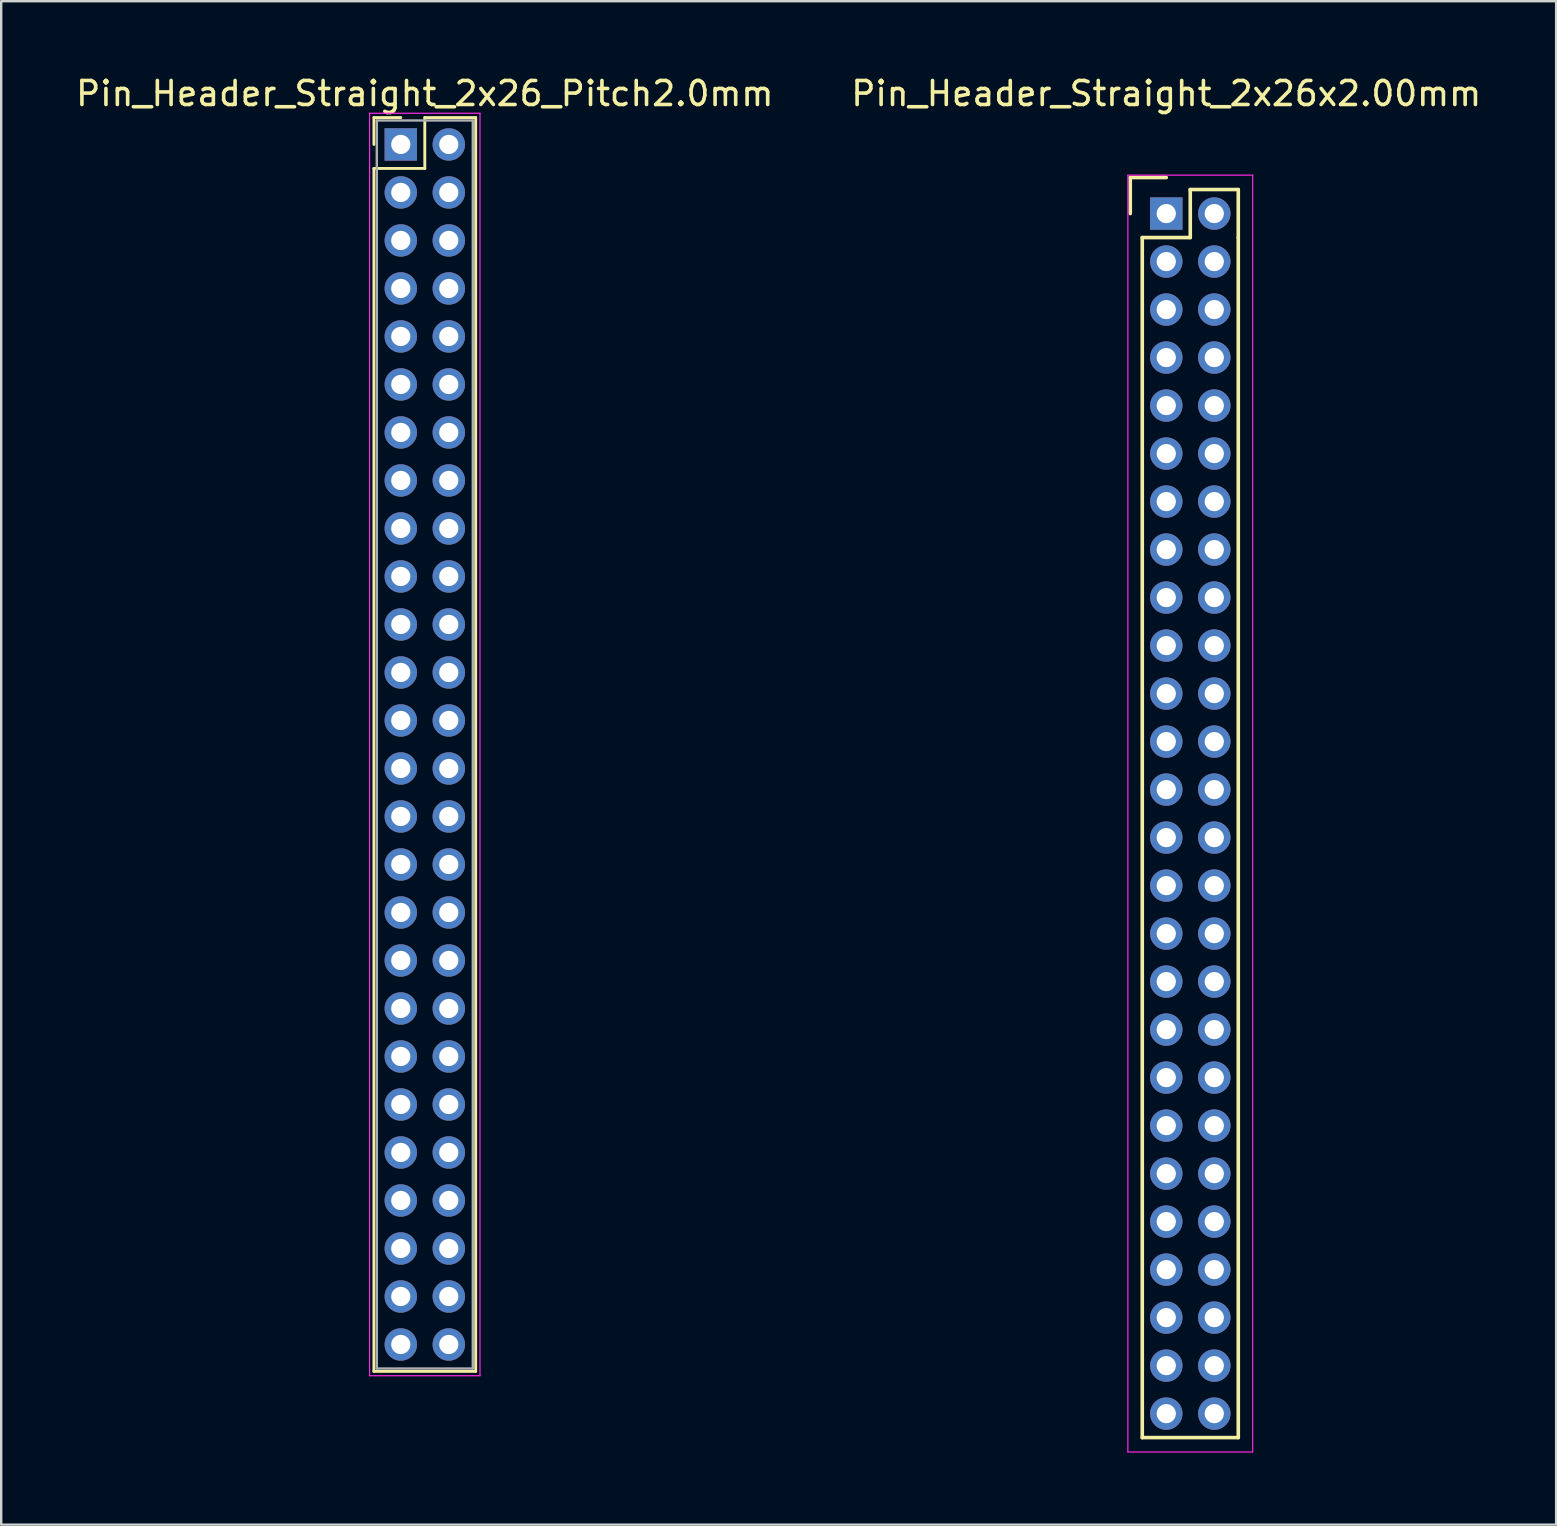
<source format=kicad_pcb>
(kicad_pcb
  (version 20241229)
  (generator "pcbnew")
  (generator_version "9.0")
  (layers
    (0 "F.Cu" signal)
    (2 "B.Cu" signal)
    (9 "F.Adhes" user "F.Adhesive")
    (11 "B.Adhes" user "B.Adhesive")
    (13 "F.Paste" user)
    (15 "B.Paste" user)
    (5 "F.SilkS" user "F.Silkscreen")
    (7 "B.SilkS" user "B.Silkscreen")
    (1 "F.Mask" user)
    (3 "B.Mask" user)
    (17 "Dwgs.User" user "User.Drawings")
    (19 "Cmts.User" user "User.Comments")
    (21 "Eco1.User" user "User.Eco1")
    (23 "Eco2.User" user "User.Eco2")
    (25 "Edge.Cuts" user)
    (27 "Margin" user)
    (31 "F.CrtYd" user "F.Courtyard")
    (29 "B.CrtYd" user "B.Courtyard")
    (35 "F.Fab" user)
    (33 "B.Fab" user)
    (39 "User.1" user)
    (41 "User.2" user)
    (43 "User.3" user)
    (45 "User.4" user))
  (footprint "Pin_Header_Straight_2x26x2.00mm"
    (layer "F.Cu")
    (at 45.542 5.848)
    (property "Reference" "Pin_Header_Straight_2x26x2.00mm" (at 0 -5 0) (layer "F.SilkS") (effects (font (size 1 1) (thickness 0.15))))
    (attr through_hole)
    (fp_line (start -1.5 -1.5) (end 0 -1.5) (stroke (width 0.15) (type solid)) (layer "F.SilkS"))
    (fp_line (start -1.5 0) (end -1.5 -1.5) (stroke (width 0.15) (type solid)) (layer "F.SilkS"))
    (fp_line (start -1 1) (end 1 1) (stroke (width 0.15) (type solid)) (layer "F.SilkS"))
    (fp_line (start -1 51) (end -1 1) (stroke (width 0.15) (type solid)) (layer "F.SilkS"))
    (fp_line (start 1 -1) (end 3 -1) (stroke (width 0.15) (type solid)) (layer "F.SilkS"))
    (fp_line (start 1 1) (end 1 -1) (stroke (width 0.15) (type solid)) (layer "F.SilkS"))
    (fp_line (start 3 -1) (end 3 1) (stroke (width 0.15) (type solid)) (layer "F.SilkS"))
    (fp_line (start 3 1) (end 3 51) (stroke (width 0.15) (type solid)) (layer "F.SilkS"))
    (fp_line (start 3 51) (end -1 51) (stroke (width 0.15) (type solid)) (layer "F.SilkS"))
    (fp_line (start -1.6 -1.6) (end 3.6 -1.6) (stroke (width 0.05) (type solid)) (layer "F.CrtYd"))
    (fp_line (start -1.6 51.6) (end -1.6 -1.6) (stroke (width 0.05) (type solid)) (layer "F.CrtYd"))
    (fp_line (start 3.6 -1.6) (end 3.6 51.6) (stroke (width 0.05) (type solid)) (layer "F.CrtYd"))
    (fp_line (start 3.6 51.6) (end -1.6 51.6) (stroke (width 0.05) (type solid)) (layer "F.CrtYd"))
    (pad "1" thru_hole rect (at 0 0) (size 1.35 1.35) (drill 0.8) (layers "*.Cu" "*.Mask"))
    (pad "2" thru_hole circle (at 2 0) (size 1.35 1.35) (drill 0.8) (layers "*.Cu" "*.Mask"))
    (pad "3" thru_hole circle (at 0 2) (size 1.35 1.35) (drill 0.8) (layers "*.Cu" "*.Mask"))
    (pad "4" thru_hole circle (at 2 2) (size 1.35 1.35) (drill 0.8) (layers "*.Cu" "*.Mask"))
    (pad "5" thru_hole circle (at 0 4) (size 1.35 1.35) (drill 0.8) (layers "*.Cu" "*.Mask"))
    (pad "6" thru_hole circle (at 2 4) (size 1.35 1.35) (drill 0.8) (layers "*.Cu" "*.Mask"))
    (pad "7" thru_hole circle (at 0 6) (size 1.35 1.35) (drill 0.8) (layers "*.Cu" "*.Mask"))
    (pad "8" thru_hole circle (at 2 6) (size 1.35 1.35) (drill 0.8) (layers "*.Cu" "*.Mask"))
    (pad "9" thru_hole circle (at 0 8) (size 1.35 1.35) (drill 0.8) (layers "*.Cu" "*.Mask"))
    (pad "10" thru_hole circle (at 2 8) (size 1.35 1.35) (drill 0.8) (layers "*.Cu" "*.Mask"))
    (pad "11" thru_hole circle (at 0 10) (size 1.35 1.35) (drill 0.8) (layers "*.Cu" "*.Mask"))
    (pad "12" thru_hole circle (at 2 10) (size 1.35 1.35) (drill 0.8) (layers "*.Cu" "*.Mask"))
    (pad "13" thru_hole circle (at 0 12) (size 1.35 1.35) (drill 0.8) (layers "*.Cu" "*.Mask"))
    (pad "14" thru_hole circle (at 2 12) (size 1.35 1.35) (drill 0.8) (layers "*.Cu" "*.Mask"))
    (pad "15" thru_hole circle (at 0 14) (size 1.35 1.35) (drill 0.8) (layers "*.Cu" "*.Mask"))
    (pad "16" thru_hole circle (at 2 14) (size 1.35 1.35) (drill 0.8) (layers "*.Cu" "*.Mask"))
    (pad "17" thru_hole circle (at 0 16) (size 1.35 1.35) (drill 0.8) (layers "*.Cu" "*.Mask"))
    (pad "18" thru_hole circle (at 2 16) (size 1.35 1.35) (drill 0.8) (layers "*.Cu" "*.Mask"))
    (pad "19" thru_hole circle (at 0 18) (size 1.35 1.35) (drill 0.8) (layers "*.Cu" "*.Mask"))
    (pad "20" thru_hole circle (at 2 18) (size 1.35 1.35) (drill 0.8) (layers "*.Cu" "*.Mask"))
    (pad "21" thru_hole circle (at 0 20) (size 1.35 1.35) (drill 0.8) (layers "*.Cu" "*.Mask"))
    (pad "22" thru_hole circle (at 2 20) (size 1.35 1.35) (drill 0.8) (layers "*.Cu" "*.Mask"))
    (pad "23" thru_hole circle (at 0 22) (size 1.35 1.35) (drill 0.8) (layers "*.Cu" "*.Mask"))
    (pad "24" thru_hole circle (at 2 22) (size 1.35 1.35) (drill 0.8) (layers "*.Cu" "*.Mask"))
    (pad "25" thru_hole circle (at 0 24) (size 1.35 1.35) (drill 0.8) (layers "*.Cu" "*.Mask"))
    (pad "26" thru_hole circle (at 2 24) (size 1.35 1.35) (drill 0.8) (layers "*.Cu" "*.Mask"))
    (pad "27" thru_hole circle (at 0 26) (size 1.35 1.35) (drill 0.8) (layers "*.Cu" "*.Mask"))
    (pad "28" thru_hole circle (at 2 26) (size 1.35 1.35) (drill 0.8) (layers "*.Cu" "*.Mask"))
    (pad "29" thru_hole circle (at 0 28) (size 1.35 1.35) (drill 0.8) (layers "*.Cu" "*.Mask"))
    (pad "30" thru_hole circle (at 2 28) (size 1.35 1.35) (drill 0.8) (layers "*.Cu" "*.Mask"))
    (pad "31" thru_hole circle (at 0 30) (size 1.35 1.35) (drill 0.8) (layers "*.Cu" "*.Mask"))
    (pad "32" thru_hole circle (at 2 30) (size 1.35 1.35) (drill 0.8) (layers "*.Cu" "*.Mask"))
    (pad "33" thru_hole circle (at 0 32) (size 1.35 1.35) (drill 0.8) (layers "*.Cu" "*.Mask"))
    (pad "34" thru_hole circle (at 2 32) (size 1.35 1.35) (drill 0.8) (layers "*.Cu" "*.Mask"))
    (pad "35" thru_hole circle (at 0 34) (size 1.35 1.35) (drill 0.8) (layers "*.Cu" "*.Mask"))
    (pad "36" thru_hole circle (at 2 34) (size 1.35 1.35) (drill 0.8) (layers "*.Cu" "*.Mask"))
    (pad "37" thru_hole circle (at 0 36) (size 1.35 1.35) (drill 0.8) (layers "*.Cu" "*.Mask"))
    (pad "38" thru_hole circle (at 2 36) (size 1.35 1.35) (drill 0.8) (layers "*.Cu" "*.Mask"))
    (pad "39" thru_hole circle (at 0 38) (size 1.35 1.35) (drill 0.8) (layers "*.Cu" "*.Mask"))
    (pad "40" thru_hole circle (at 2 38) (size 1.35 1.35) (drill 0.8) (layers "*.Cu" "*.Mask"))
    (pad "41" thru_hole circle (at 0 40) (size 1.35 1.35) (drill 0.8) (layers "*.Cu" "*.Mask"))
    (pad "42" thru_hole circle (at 2 40) (size 1.35 1.35) (drill 0.8) (layers "*.Cu" "*.Mask"))
    (pad "43" thru_hole circle (at 0 42) (size 1.35 1.35) (drill 0.8) (layers "*.Cu" "*.Mask"))
    (pad "44" thru_hole circle (at 2 42) (size 1.35 1.35) (drill 0.8) (layers "*.Cu" "*.Mask"))
    (pad "45" thru_hole circle (at 0 44) (size 1.35 1.35) (drill 0.8) (layers "*.Cu" "*.Mask"))
    (pad "46" thru_hole circle (at 2 44) (size 1.35 1.35) (drill 0.8) (layers "*.Cu" "*.Mask"))
    (pad "47" thru_hole circle (at 0 46) (size 1.35 1.35) (drill 0.8) (layers "*.Cu" "*.Mask"))
    (pad "48" thru_hole circle (at 2 46) (size 1.35 1.35) (drill 0.8) (layers "*.Cu" "*.Mask"))
    (pad "49" thru_hole circle (at 0 48) (size 1.35 1.35) (drill 0.8) (layers "*.Cu" "*.Mask"))
    (pad "50" thru_hole circle (at 2 48) (size 1.35 1.35) (drill 0.8) (layers "*.Cu" "*.Mask"))
    (pad "51" thru_hole circle (at 0 50) (size 1.35 1.35) (drill 0.8) (layers "*.Cu" "*.Mask"))
    (pad "52" thru_hole circle (at 2 50) (size 1.35 1.35) (drill 0.8) (layers "*.Cu" "*.Mask")))
  (footprint "Pin_Header_Straight_2x26_Pitch2.0mm"
    (layer "F.Cu")
    (at 13.649 2.968)
    (property "Reference" "Pin_Header_Straight_2x26_Pitch2.0mm" (at 1 -2.12 0) (layer "F.SilkS") (effects (font (size 1 1) (thickness 0.15))))
    (attr through_hole)
    (fp_line (start -1.12 -1.12) (end 0 -1.12) (stroke (width 0.12) (type solid)) (layer "F.SilkS"))
    (fp_line (start -1.12 0) (end -1.12 -1.12) (stroke (width 0.12) (type solid)) (layer "F.SilkS"))
    (fp_line (start -1.12 1) (end -1.12 51.12) (stroke (width 0.12) (type solid)) (layer "F.SilkS"))
    (fp_line (start -1.12 51.12) (end 3.12 51.12) (stroke (width 0.12) (type solid)) (layer "F.SilkS"))
    (fp_line (start 1 -1.12) (end 1 1) (stroke (width 0.12) (type solid)) (layer "F.SilkS"))
    (fp_line (start 1 1) (end -1.12 1) (stroke (width 0.12) (type solid)) (layer "F.SilkS"))
    (fp_line (start 3.12 -1.12) (end 1 -1.12) (stroke (width 0.12) (type solid)) (layer "F.SilkS"))
    (fp_line (start 3.12 51.12) (end 3.12 -1.12) (stroke (width 0.12) (type solid)) (layer "F.SilkS"))
    (fp_line (start -1.3 -1.3) (end -1.3 51.3) (stroke (width 0.05) (type solid)) (layer "F.CrtYd"))
    (fp_line (start -1.3 51.3) (end 3.3 51.3) (stroke (width 0.05) (type solid)) (layer "F.CrtYd"))
    (fp_line (start 3.3 -1.3) (end -1.3 -1.3) (stroke (width 0.05) (type solid)) (layer "F.CrtYd"))
    (fp_line (start 3.3 51.3) (end 3.3 -1.3) (stroke (width 0.05) (type solid)) (layer "F.CrtYd"))
    (fp_line (start -1 -1) (end -1 51) (stroke (width 0.1) (type solid)) (layer "F.Fab"))
    (fp_line (start -1 51) (end 3 51) (stroke (width 0.1) (type solid)) (layer "F.Fab"))
    (fp_line (start 3 -1) (end -1 -1) (stroke (width 0.1) (type solid)) (layer "F.Fab"))
    (fp_line (start 3 51) (end 3 -1) (stroke (width 0.1) (type solid)) (layer "F.Fab"))
    (pad "1" thru_hole rect (at 0 0) (size 1.35 1.35) (drill 0.8) (layers "*.Cu" "*.Mask"))
    (pad "2" thru_hole oval (at 2 0) (size 1.35 1.35) (drill 0.8) (layers "*.Cu" "*.Mask"))
    (pad "3" thru_hole oval (at 0 2) (size 1.35 1.35) (drill 0.8) (layers "*.Cu" "*.Mask"))
    (pad "4" thru_hole oval (at 2 2) (size 1.35 1.35) (drill 0.8) (layers "*.Cu" "*.Mask"))
    (pad "5" thru_hole oval (at 0 4) (size 1.35 1.35) (drill 0.8) (layers "*.Cu" "*.Mask"))
    (pad "6" thru_hole oval (at 2 4) (size 1.35 1.35) (drill 0.8) (layers "*.Cu" "*.Mask"))
    (pad "7" thru_hole oval (at 0 6) (size 1.35 1.35) (drill 0.8) (layers "*.Cu" "*.Mask"))
    (pad "8" thru_hole oval (at 2 6) (size 1.35 1.35) (drill 0.8) (layers "*.Cu" "*.Mask"))
    (pad "9" thru_hole oval (at 0 8) (size 1.35 1.35) (drill 0.8) (layers "*.Cu" "*.Mask"))
    (pad "10" thru_hole oval (at 2 8) (size 1.35 1.35) (drill 0.8) (layers "*.Cu" "*.Mask"))
    (pad "11" thru_hole oval (at 0 10) (size 1.35 1.35) (drill 0.8) (layers "*.Cu" "*.Mask"))
    (pad "12" thru_hole oval (at 2 10) (size 1.35 1.35) (drill 0.8) (layers "*.Cu" "*.Mask"))
    (pad "13" thru_hole oval (at 0 12) (size 1.35 1.35) (drill 0.8) (layers "*.Cu" "*.Mask"))
    (pad "14" thru_hole oval (at 2 12) (size 1.35 1.35) (drill 0.8) (layers "*.Cu" "*.Mask"))
    (pad "15" thru_hole oval (at 0 14) (size 1.35 1.35) (drill 0.8) (layers "*.Cu" "*.Mask"))
    (pad "16" thru_hole oval (at 2 14) (size 1.35 1.35) (drill 0.8) (layers "*.Cu" "*.Mask"))
    (pad "17" thru_hole oval (at 0 16) (size 1.35 1.35) (drill 0.8) (layers "*.Cu" "*.Mask"))
    (pad "18" thru_hole oval (at 2 16) (size 1.35 1.35) (drill 0.8) (layers "*.Cu" "*.Mask"))
    (pad "19" thru_hole oval (at 0 18) (size 1.35 1.35) (drill 0.8) (layers "*.Cu" "*.Mask"))
    (pad "20" thru_hole oval (at 2 18) (size 1.35 1.35) (drill 0.8) (layers "*.Cu" "*.Mask"))
    (pad "21" thru_hole oval (at 0 20) (size 1.35 1.35) (drill 0.8) (layers "*.Cu" "*.Mask"))
    (pad "22" thru_hole oval (at 2 20) (size 1.35 1.35) (drill 0.8) (layers "*.Cu" "*.Mask"))
    (pad "23" thru_hole oval (at 0 22) (size 1.35 1.35) (drill 0.8) (layers "*.Cu" "*.Mask"))
    (pad "24" thru_hole oval (at 2 22) (size 1.35 1.35) (drill 0.8) (layers "*.Cu" "*.Mask"))
    (pad "25" thru_hole oval (at 0 24) (size 1.35 1.35) (drill 0.8) (layers "*.Cu" "*.Mask"))
    (pad "26" thru_hole oval (at 2 24) (size 1.35 1.35) (drill 0.8) (layers "*.Cu" "*.Mask"))
    (pad "27" thru_hole oval (at 0 26) (size 1.35 1.35) (drill 0.8) (layers "*.Cu" "*.Mask"))
    (pad "28" thru_hole oval (at 2 26) (size 1.35 1.35) (drill 0.8) (layers "*.Cu" "*.Mask"))
    (pad "29" thru_hole oval (at 0 28) (size 1.35 1.35) (drill 0.8) (layers "*.Cu" "*.Mask"))
    (pad "30" thru_hole oval (at 2 28) (size 1.35 1.35) (drill 0.8) (layers "*.Cu" "*.Mask"))
    (pad "31" thru_hole oval (at 0 30) (size 1.35 1.35) (drill 0.8) (layers "*.Cu" "*.Mask"))
    (pad "32" thru_hole oval (at 2 30) (size 1.35 1.35) (drill 0.8) (layers "*.Cu" "*.Mask"))
    (pad "33" thru_hole oval (at 0 32) (size 1.35 1.35) (drill 0.8) (layers "*.Cu" "*.Mask"))
    (pad "34" thru_hole oval (at 2 32) (size 1.35 1.35) (drill 0.8) (layers "*.Cu" "*.Mask"))
    (pad "35" thru_hole oval (at 0 34) (size 1.35 1.35) (drill 0.8) (layers "*.Cu" "*.Mask"))
    (pad "36" thru_hole oval (at 2 34) (size 1.35 1.35) (drill 0.8) (layers "*.Cu" "*.Mask"))
    (pad "37" thru_hole oval (at 0 36) (size 1.35 1.35) (drill 0.8) (layers "*.Cu" "*.Mask"))
    (pad "38" thru_hole oval (at 2 36) (size 1.35 1.35) (drill 0.8) (layers "*.Cu" "*.Mask"))
    (pad "39" thru_hole oval (at 0 38) (size 1.35 1.35) (drill 0.8) (layers "*.Cu" "*.Mask"))
    (pad "40" thru_hole oval (at 2 38) (size 1.35 1.35) (drill 0.8) (layers "*.Cu" "*.Mask"))
    (pad "41" thru_hole oval (at 0 40) (size 1.35 1.35) (drill 0.8) (layers "*.Cu" "*.Mask"))
    (pad "42" thru_hole oval (at 2 40) (size 1.35 1.35) (drill 0.8) (layers "*.Cu" "*.Mask"))
    (pad "43" thru_hole oval (at 0 42) (size 1.35 1.35) (drill 0.8) (layers "*.Cu" "*.Mask"))
    (pad "44" thru_hole oval (at 2 42) (size 1.35 1.35) (drill 0.8) (layers "*.Cu" "*.Mask"))
    (pad "45" thru_hole oval (at 0 44) (size 1.35 1.35) (drill 0.8) (layers "*.Cu" "*.Mask"))
    (pad "46" thru_hole oval (at 2 44) (size 1.35 1.35) (drill 0.8) (layers "*.Cu" "*.Mask"))
    (pad "47" thru_hole oval (at 0 46) (size 1.35 1.35) (drill 0.8) (layers "*.Cu" "*.Mask"))
    (pad "48" thru_hole oval (at 2 46) (size 1.35 1.35) (drill 0.8) (layers "*.Cu" "*.Mask"))
    (pad "49" thru_hole oval (at 0 48) (size 1.35 1.35) (drill 0.8) (layers "*.Cu" "*.Mask"))
    (pad "50" thru_hole oval (at 2 48) (size 1.35 1.35) (drill 0.8) (layers "*.Cu" "*.Mask"))
    (pad "51" thru_hole oval (at 0 50) (size 1.35 1.35) (drill 0.8) (layers "*.Cu" "*.Mask"))
    (pad "52" thru_hole oval (at 2 50) (size 1.35 1.35) (drill 0.8) (layers "*.Cu" "*.Mask")))
  (gr_rect
    (start -3 -3)
    (end 61.786 60.473)
    (stroke (width 0.1) (type default))
    (fill no)
    (layer "Edge.Cuts")))
</source>
